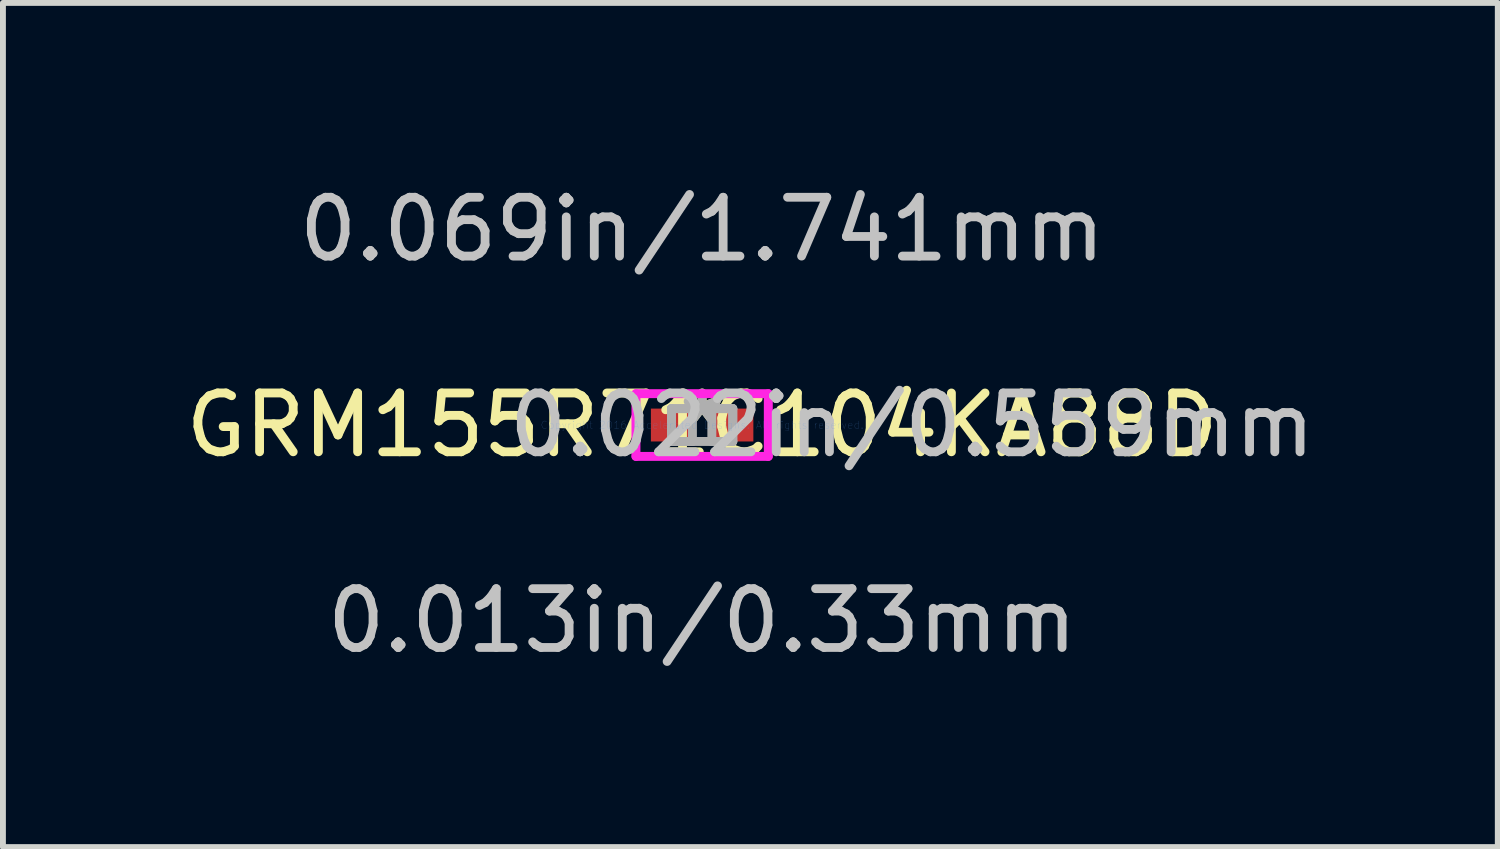
<source format=kicad_pcb>
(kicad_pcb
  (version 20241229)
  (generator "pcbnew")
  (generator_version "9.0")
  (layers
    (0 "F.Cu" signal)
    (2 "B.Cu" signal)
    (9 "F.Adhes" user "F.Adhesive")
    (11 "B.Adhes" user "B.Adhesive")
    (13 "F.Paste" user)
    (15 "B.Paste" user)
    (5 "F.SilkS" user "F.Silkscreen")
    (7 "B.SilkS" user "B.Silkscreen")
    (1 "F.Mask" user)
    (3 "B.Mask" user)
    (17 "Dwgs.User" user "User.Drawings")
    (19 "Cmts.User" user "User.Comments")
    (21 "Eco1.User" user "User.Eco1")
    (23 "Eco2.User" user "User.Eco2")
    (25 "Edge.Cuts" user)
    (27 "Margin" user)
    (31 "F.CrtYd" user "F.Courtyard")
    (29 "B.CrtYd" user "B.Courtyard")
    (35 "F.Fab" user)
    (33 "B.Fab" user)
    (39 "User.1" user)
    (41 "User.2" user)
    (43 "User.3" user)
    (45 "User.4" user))
  (footprint "GRM155R71C104KA88D"
    (layer "F.Cu")
    (at 8.887 4.176)
    (property "Reference" "GRM155R71C104KA88D" (at 0 0 0) (layer "F.SilkS") (effects (font (size 1 1) (thickness 0.15))))
    (attr through_hole)
    (fp_line (start -1.125 -0.533) (end 1.125 -0.533) (stroke (width 0.152) (type solid)) (layer "F.CrtYd"))
    (fp_line (start -1.125 0.533) (end -1.125 -0.533) (stroke (width 0.152) (type solid)) (layer "F.CrtYd"))
    (fp_line (start 1.125 -0.533) (end 1.125 0.533) (stroke (width 0.152) (type solid)) (layer "F.CrtYd"))
    (fp_line (start 1.125 0.533) (end -1.125 0.533) (stroke (width 0.152) (type solid)) (layer "F.CrtYd"))
    (fp_line (start -0.521 -0.279) (end -0.521 0.279) (stroke (width 0.152) (type solid)) (layer "F.Fab"))
    (fp_line (start -0.521 -0.279) (end -0.521 0.279) (stroke (width 0.152) (type solid)) (layer "F.Fab"))
    (fp_line (start -0.521 0.279) (end -0.165 0.279) (stroke (width 0.152) (type solid)) (layer "F.Fab"))
    (fp_line (start -0.521 0.279) (end 0.521 0.279) (stroke (width 0.152) (type solid)) (layer "F.Fab"))
    (fp_line (start -0.165 -0.279) (end -0.521 -0.279) (stroke (width 0.152) (type solid)) (layer "F.Fab"))
    (fp_line (start -0.165 0.279) (end -0.165 -0.279) (stroke (width 0.152) (type solid)) (layer "F.Fab"))
    (fp_line (start 0.165 -0.279) (end 0.165 0.279) (stroke (width 0.152) (type solid)) (layer "F.Fab"))
    (fp_line (start 0.165 0.279) (end 0.521 0.279) (stroke (width 0.152) (type solid)) (layer "F.Fab"))
    (fp_line (start 0.521 -0.279) (end -0.521 -0.279) (stroke (width 0.152) (type solid)) (layer "F.Fab"))
    (fp_line (start 0.521 -0.279) (end 0.165 -0.279) (stroke (width 0.152) (type solid)) (layer "F.Fab"))
    (fp_line (start 0.521 0.279) (end 0.521 -0.279) (stroke (width 0.152) (type solid)) (layer "F.Fab"))
    (fp_line (start 0.521 0.279) (end 0.521 -0.279) (stroke (width 0.152) (type solid)) (layer "F.Fab"))
    (fp_text user "*" (at 0 0 0) (layer "F.SilkS") (effects (font (size 1 1) (thickness 0.15))))
    (fp_text user "0.069in/1.741mm" (at 0 -3.327 0) (layer "Dwgs.User") (effects (font (size 1 1) (thickness 0.15))))
    (fp_text user "0.013in/0.33mm" (at 0 3.327 0) (layer "Dwgs.User") (effects (font (size 1 1) (thickness 0.15))))
    (fp_text user "0.022in/0.559mm" (at 3.569 0 0) (layer "Dwgs.User") (effects (font (size 1 1) (thickness 0.15))))
    (fp_text user "Copyright 2016 Accelerated Designs. All rights reserved." (at 0 0 0) (layer "Cmts.User") (effects (font (size 0.127 0.127) (thickness 0.002))))
    (fp_text user "*" (at 0 0 0) (layer "F.Fab") (effects (font (size 1 1) (thickness 0.15))))
    (pad "1" smd rect (at -0.518 0) (size 0.706 0.559) (layers "F.Cu" "F.Mask" "F.Paste"))
    (pad "2" smd rect (at 0.518 0) (size 0.706 0.559) (layers "F.Cu" "F.Mask" "F.Paste")))
  (gr_rect
    (start -3 -3)
    (end 22.414 11.351)
    (stroke (width 0.1) (type default))
    (fill no)
    (layer "Edge.Cuts")))
</source>
